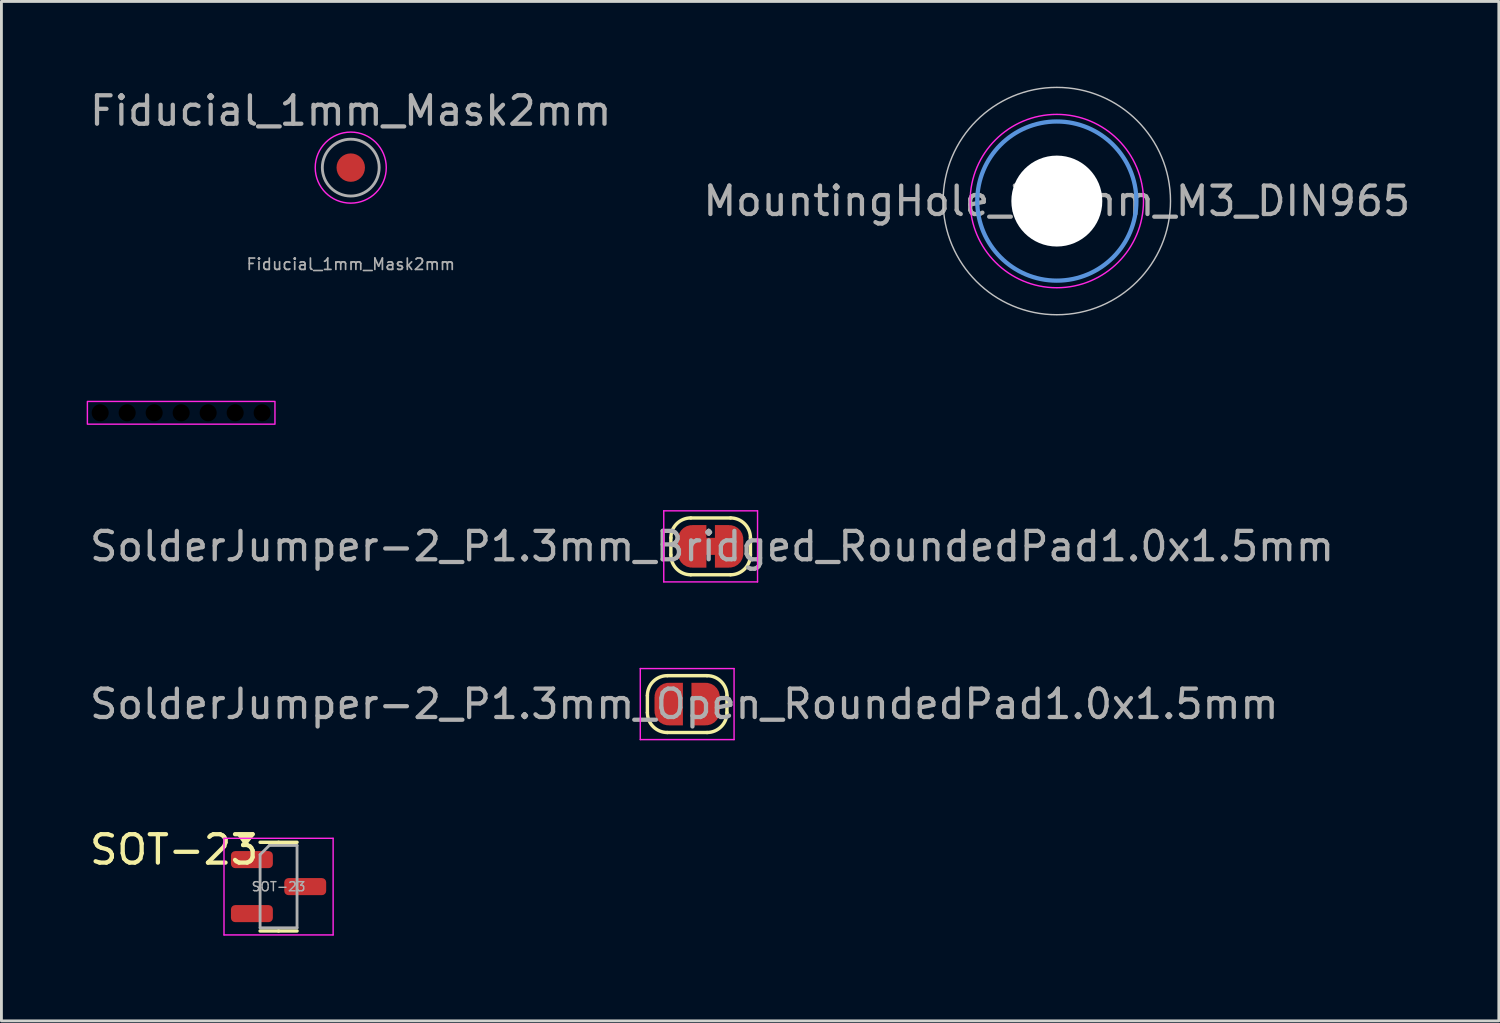
<source format=kicad_pcb>
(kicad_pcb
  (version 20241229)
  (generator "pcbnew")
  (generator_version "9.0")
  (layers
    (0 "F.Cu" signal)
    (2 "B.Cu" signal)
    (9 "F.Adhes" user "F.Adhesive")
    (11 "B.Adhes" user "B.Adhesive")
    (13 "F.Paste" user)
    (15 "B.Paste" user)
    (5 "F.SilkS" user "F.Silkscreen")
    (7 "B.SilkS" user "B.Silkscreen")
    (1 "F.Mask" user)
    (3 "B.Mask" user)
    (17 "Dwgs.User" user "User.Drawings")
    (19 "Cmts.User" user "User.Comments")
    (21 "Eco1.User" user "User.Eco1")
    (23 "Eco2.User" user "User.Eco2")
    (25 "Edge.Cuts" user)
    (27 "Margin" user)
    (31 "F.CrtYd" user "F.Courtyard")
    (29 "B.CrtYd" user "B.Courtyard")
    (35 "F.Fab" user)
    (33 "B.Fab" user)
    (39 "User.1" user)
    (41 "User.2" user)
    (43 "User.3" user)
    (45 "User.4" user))
  (footprint "SolderJumper-2_P1.3mm_Bridged_RoundedPad1.0x1.5mm"
    (layer "F.Cu")
    (at 21.956 16.175)
    (property "Reference" "SolderJumper-2_P1.3mm_Bridged_RoundedPad1.0x1.5mm" (at 0.05 0 0) (layer "F.Fab") (effects (font (size 1 1) (thickness 0.15))))
    (attr exclude_from_pos_files exclude_from_bom)
    (private_layers "User.9")
    (fp_poly (pts (xy 0.25 -0.3) (xy -0.25 -0.3) (xy -0.25 0.3) (xy 0.25 0.3)) (stroke (width 0) (type solid)) (fill yes) (layer "F.Cu"))
    (fp_line (start -1.4 0.3) (end -1.4 -0.3) (stroke (width 0.12) (type solid)) (layer "F.SilkS"))
    (fp_line (start -0.7 -1) (end 0.7 -1) (stroke (width 0.12) (type solid)) (layer "F.SilkS"))
    (fp_line (start 0.7 1) (end -0.7 1) (stroke (width 0.12) (type solid)) (layer "F.SilkS"))
    (fp_line (start 1.4 -0.3) (end 1.4 0.3) (stroke (width 0.12) (type solid)) (layer "F.SilkS"))
    (fp_arc (start -1.4 -0.3) (mid -1.194975 -0.794975) (end -0.7 -1) (stroke (width 0.12) (type solid)) (layer "F.SilkS"))
    (fp_arc (start -0.7 1) (mid -1.194975 0.794975) (end -1.4 0.3) (stroke (width 0.12) (type solid)) (layer "F.SilkS"))
    (fp_arc (start 0.7 -1) (mid 1.194975 -0.794975) (end 1.4 -0.3) (stroke (width 0.12) (type solid)) (layer "F.SilkS"))
    (fp_arc (start 1.4 0.3) (mid 1.194975 0.794975) (end 0.7 1) (stroke (width 0.12) (type solid)) (layer "F.SilkS"))
    (fp_line (start -1.65 -1.25) (end -1.65 1.25) (stroke (width 0.05) (type solid)) (layer "F.CrtYd"))
    (fp_line (start -1.65 -1.25) (end 1.65 -1.25) (stroke (width 0.05) (type solid)) (layer "F.CrtYd"))
    (fp_line (start 1.65 1.25) (end -1.65 1.25) (stroke (width 0.05) (type solid)) (layer "F.CrtYd"))
    (fp_line (start 1.65 1.25) (end 1.65 -1.25) (stroke (width 0.05) (type solid)) (layer "F.CrtYd"))
    (pad "1" smd custom (at -0.65 0) (size 1 0.5) (layers "F.Cu" "F.Mask") (options (anchor rect)) (primitives (gr_circle (center 0 0.25) (end 0.5 0.25) (width 0) (fill yes)) (gr_circle (center 0 -0.25) (end 0.5 -0.25) (width 0) (fill yes)) (gr_poly (pts (xy 0.5 0.75) (xy 0 0.75) (xy 0 -0.75) (xy 0.5 -0.75)) (width 0) (fill yes))))
    (pad "2" smd custom (at 0.65 0) (size 1 0.5) (layers "F.Cu" "F.Mask") (options (anchor rect)) (primitives (gr_circle (center 0 0.25) (end 0.5 0.25) (width 0) (fill yes)) (gr_circle (center 0 -0.25) (end 0.5 -0.25) (width 0) (fill yes)) (gr_poly (pts (xy 0 0.75) (xy -0.5 0.75) (xy -0.5 -0.75) (xy 0 -0.75)) (width 0) (fill yes)))))
  (footprint "SOT-23"
    (layer "F.Cu")
    (at 6.752 28.148)
    (property "Reference" "SOT-23" (at -3.675 -1.3 0) (layer "F.SilkS") (effects (font (size 1 1) (thickness 0.15))))
    (attr smd)
    (fp_line (start 0 -1.56) (end -0.65 -1.56) (stroke (width 0.12) (type solid)) (layer "F.SilkS"))
    (fp_line (start 0 -1.56) (end 0.65 -1.56) (stroke (width 0.12) (type solid)) (layer "F.SilkS"))
    (fp_line (start 0 1.56) (end -0.65 1.56) (stroke (width 0.12) (type solid)) (layer "F.SilkS"))
    (fp_line (start 0 1.56) (end 0.65 1.56) (stroke (width 0.12) (type solid)) (layer "F.SilkS"))
    (fp_poly (pts (xy -1.163 -1.51) (xy -1.403 -1.84) (xy -0.922 -1.84) (xy -1.163 -1.51)) (stroke (width 0.12) (type solid)) (fill yes) (layer "F.SilkS"))
    (fp_line (start -1.92 -1.7) (end -1.92 1.7) (stroke (width 0.05) (type solid)) (layer "F.CrtYd"))
    (fp_line (start -1.92 1.7) (end 1.92 1.7) (stroke (width 0.05) (type solid)) (layer "F.CrtYd"))
    (fp_line (start 1.92 -1.7) (end -1.92 -1.7) (stroke (width 0.05) (type solid)) (layer "F.CrtYd"))
    (fp_line (start 1.92 1.7) (end 1.92 -1.7) (stroke (width 0.05) (type solid)) (layer "F.CrtYd"))
    (fp_line (start -0.65 -1.125) (end -0.325 -1.45) (stroke (width 0.1) (type solid)) (layer "F.Fab"))
    (fp_line (start -0.65 1.45) (end -0.65 -1.125) (stroke (width 0.1) (type solid)) (layer "F.Fab"))
    (fp_line (start -0.325 -1.45) (end 0.65 -1.45) (stroke (width 0.1) (type solid)) (layer "F.Fab"))
    (fp_line (start 0.65 -1.45) (end 0.65 1.45) (stroke (width 0.1) (type solid)) (layer "F.Fab"))
    (fp_line (start 0.65 1.45) (end -0.65 1.45) (stroke (width 0.1) (type solid)) (layer "F.Fab"))
    (fp_text user "${REFERENCE}" (at 0 0 0) (layer "F.Fab") (effects (font (size 0.32 0.32) (thickness 0.05))))
    (pad "1" smd roundrect (at -0.938 -0.95) (size 1.475 0.6) (layers "F.Cu" "F.Mask" "F.Paste") (roundrect_rratio 0.25))
    (pad "2" smd roundrect (at -0.938 0.95) (size 1.475 0.6) (layers "F.Cu" "F.Mask" "F.Paste") (roundrect_rratio 0.25))
    (pad "3" smd roundrect (at 0.938 0) (size 1.475 0.6) (layers "F.Cu" "F.Mask" "F.Paste") (roundrect_rratio 0.25)))
  (footprint "Mouse_Bites"
    (layer "F.Cu")
    (at 3.325 11.475)
    (property "Reference" "Mouse_Bites" (at 0 9.4 0) (unlocked yes) (layer "User.9") (effects (font (size 1 1) (thickness 0.1))))
    (attr through_hole board_only exclude_from_pos_files exclude_from_bom)
    (private_layers "User.9")
    (fp_rect (start -3.3 -0.4) (end 3.3 0.4) (stroke (width 0.05) (type default)) (fill no) (layer "F.CrtYd"))
    (pad "" np_thru_hole circle (at -2.85 0) (size 0.6 0.6) (drill 0.6) (layers "*.Mask"))
    (pad "" np_thru_hole circle (at -1.9 0) (size 0.6 0.6) (drill 0.6) (layers "*.Mask"))
    (pad "" np_thru_hole circle (at -0.95 0) (size 0.6 0.6) (drill 0.6) (layers "*.Mask"))
    (pad "" np_thru_hole circle (at 0 0) (size 0.6 0.6) (drill 0.6) (layers "*.Mask"))
    (pad "" np_thru_hole circle (at 0.95 0) (size 0.6 0.6) (drill 0.6) (layers "*.Mask"))
    (pad "" np_thru_hole circle (at 1.9 0) (size 0.6 0.6) (drill 0.6) (layers "*.Mask"))
    (pad "" np_thru_hole circle (at 2.85 0) (size 0.6 0.6) (drill 0.6) (layers "*.Mask")))
  (footprint "MountingHole_3.2mm_M3_DIN965"
    (layer "F.Cu")
    (at 34.137 4.025)
    (property "Reference" "MountingHole_3.2mm_M3_DIN965" (at 0 0 0) (layer "F.Fab") (effects (font (size 1 1) (thickness 0.15))))
    (attr exclude_from_pos_files exclude_from_bom)
    (private_layers "User.9")
    (fp_circle (center 0 0) (end 0 -4) (stroke (width 0.05) (type solid)) (fill no) (layer "Dwgs.User"))
    (fp_circle (center 0 0) (end 2.8 0) (stroke (width 0.15) (type solid)) (fill no) (layer "Cmts.User"))
    (fp_circle (center 0 0) (end 3.05 0) (stroke (width 0.05) (type solid)) (fill no) (layer "F.CrtYd"))
    (pad "" np_thru_hole circle (at 0 0) (size 3.2 3.2) (drill 3.2) (layers "*.Cu" "*.Mask")))
  (footprint "Fiducial_1mm_Mask2mm"
    (layer "F.Cu")
    (at 9.292 2.848)
    (property "Reference" "Fiducial_1mm_Mask2mm" (at 0 -2 0) (layer "F.Fab") (effects (font (size 1 1) (thickness 0.15))))
    (attr smd exclude_from_pos_files exclude_from_bom allow_soldermask_bridges)
    (fp_circle (center 0 0) (end 1.25 0) (stroke (width 0.05) (type solid)) (fill no) (layer "F.CrtYd"))
    (fp_circle (center 0 0) (end 1 0) (stroke (width 0.1) (type solid)) (fill no) (layer "F.Fab"))
    (fp_text user "${REFERENCE}" (at 0 3.4 0) (layer "F.Fab") (effects (font (size 0.4 0.4) (thickness 0.06))))
    (pad "" smd circle (at 0 0) (size 1 1) (layers "F.Cu" "F.Mask")))
  (footprint "SolderJumper-2_P1.3mm_Open_RoundedPad1.0x1.5mm"
    (layer "F.Cu")
    (at 21.13 21.725)
    (property "Reference" "SolderJumper-2_P1.3mm_Open_RoundedPad1.0x1.5mm" (at -0.1 0 0) (layer "F.Fab") (effects (font (size 1 1) (thickness 0.15))))
    (attr exclude_from_pos_files exclude_from_bom)
    (private_layers "User.9")
    (fp_line (start -1.4 0.3) (end -1.4 -0.3) (stroke (width 0.12) (type solid)) (layer "F.SilkS"))
    (fp_line (start -0.7 -1) (end 0.7 -1) (stroke (width 0.12) (type solid)) (layer "F.SilkS"))
    (fp_line (start 0.7 1) (end -0.7 1) (stroke (width 0.12) (type solid)) (layer "F.SilkS"))
    (fp_line (start 1.4 -0.3) (end 1.4 0.3) (stroke (width 0.12) (type solid)) (layer "F.SilkS"))
    (fp_arc (start -1.4 -0.3) (mid -1.194975 -0.794975) (end -0.7 -1) (stroke (width 0.12) (type solid)) (layer "F.SilkS"))
    (fp_arc (start -0.7 1) (mid -1.194975 0.794975) (end -1.4 0.3) (stroke (width 0.12) (type solid)) (layer "F.SilkS"))
    (fp_arc (start 0.7 -1) (mid 1.194975 -0.794975) (end 1.4 -0.3) (stroke (width 0.12) (type solid)) (layer "F.SilkS"))
    (fp_arc (start 1.4 0.3) (mid 1.194975 0.794975) (end 0.7 1) (stroke (width 0.12) (type solid)) (layer "F.SilkS"))
    (fp_line (start -1.65 -1.25) (end -1.65 1.25) (stroke (width 0.05) (type solid)) (layer "F.CrtYd"))
    (fp_line (start -1.65 -1.25) (end 1.65 -1.25) (stroke (width 0.05) (type solid)) (layer "F.CrtYd"))
    (fp_line (start 1.65 1.25) (end -1.65 1.25) (stroke (width 0.05) (type solid)) (layer "F.CrtYd"))
    (fp_line (start 1.65 1.25) (end 1.65 -1.25) (stroke (width 0.05) (type solid)) (layer "F.CrtYd"))
    (pad "1" smd custom (at -0.65 0) (size 1 0.5) (layers "F.Cu" "F.Mask") (options (anchor rect)) (primitives (gr_circle (center 0 0.25) (end 0.5 0.25) (width 0) (fill yes)) (gr_circle (center 0 -0.25) (end 0.5 -0.25) (width 0) (fill yes)) (gr_poly (pts (xy 0.5 0.75) (xy 0 0.75) (xy 0 -0.75) (xy 0.5 -0.75)) (width 0) (fill yes))))
    (pad "2" smd custom (at 0.65 0) (size 1 0.5) (layers "F.Cu" "F.Mask") (options (anchor rect)) (primitives (gr_circle (center 0 0.25) (end 0.5 0.25) (width 0) (fill yes)) (gr_circle (center 0 -0.25) (end 0.5 -0.25) (width 0) (fill yes)) (gr_poly (pts (xy 0 0.75) (xy -0.5 0.75) (xy -0.5 -0.75) (xy 0 -0.75)) (width 0) (fill yes)))))
  (gr_rect
    (start -3 -3)
    (end 49.69 32.873)
    (stroke (width 0.1) (type default))
    (fill no)
    (layer "Edge.Cuts")))
</source>
